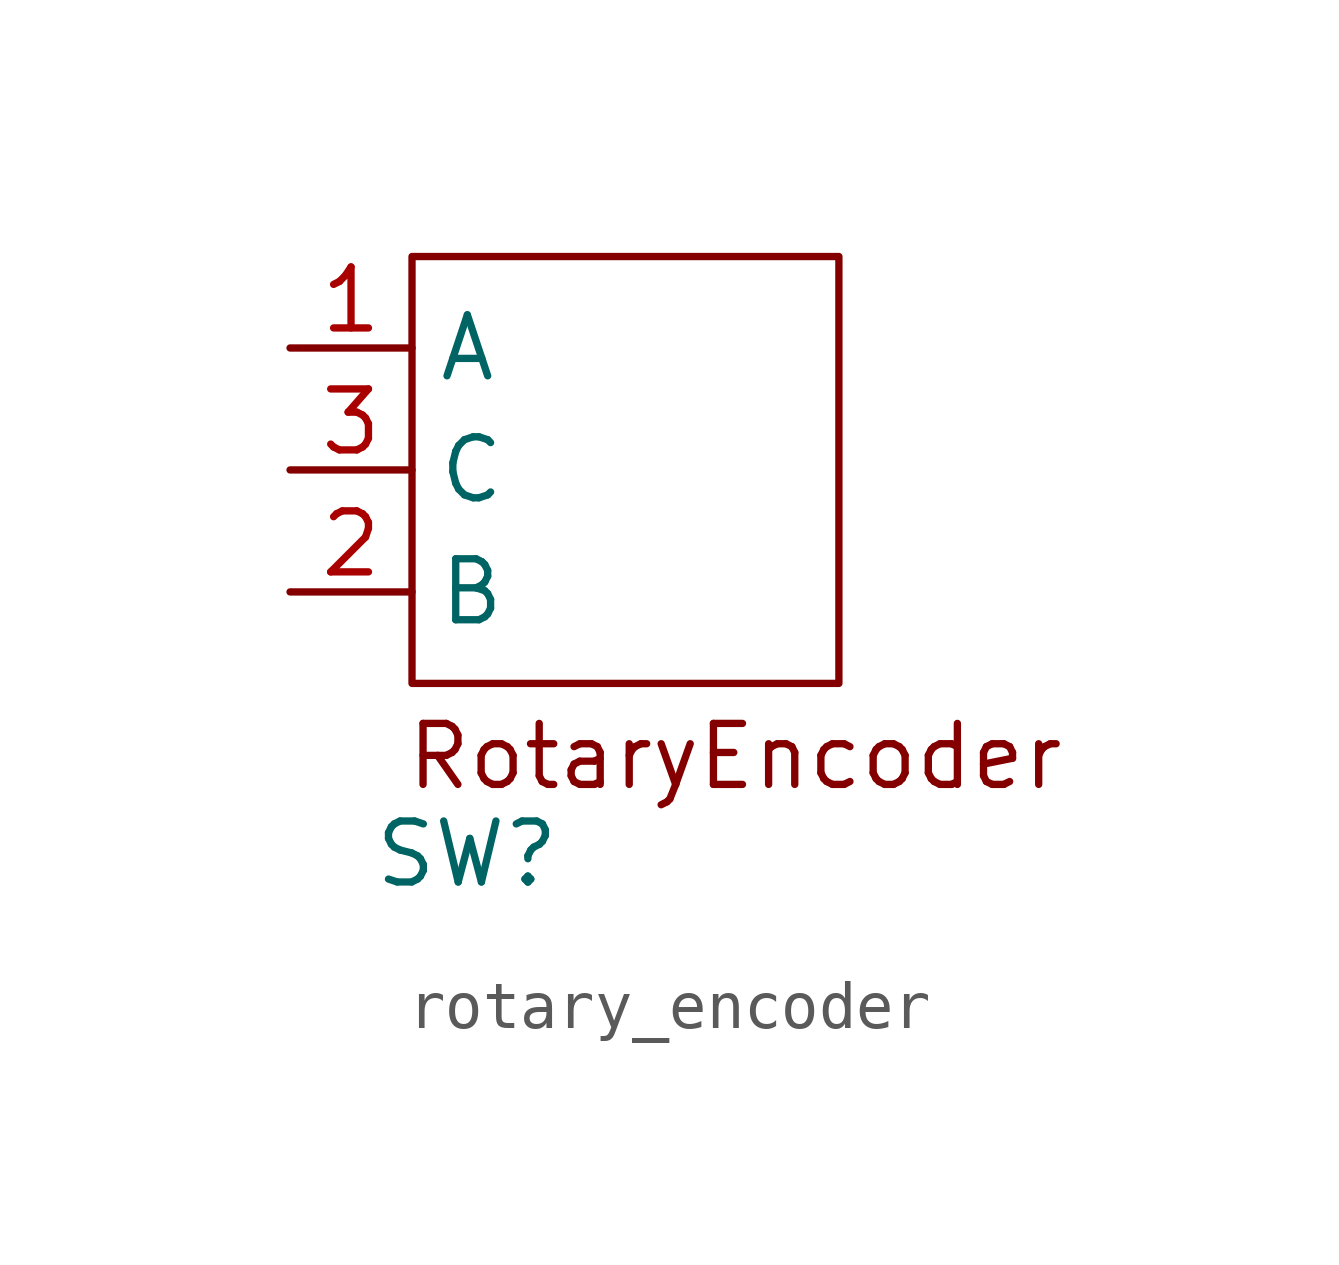
<source format=kicad_sym>
(kicad_symbol_lib
  (version 20231120)
  (generator "kicad_symbol_editor")
  (generator_version "8.0")
  (symbol "rotary_encoder"
    (property "Reference" "SW"
      (at -3.937 -8.001 0)
      (effects (font (size 1.27 1.27))))
    (property "Value" ""
      (at -1.27 0 90)
      (effects (font (size 1.27 1.27))))
    (symbol "rotary_encoder_0_1"
      (rectangle (start -5.08 4.445) (end 3.81 -4.445) (stroke (width 0) (type default)) (fill (type none))))
    (symbol "rotary_encoder_1_1"
      (text "RotaryEncoder\n" (at 1.651 -5.969 0) (effects (font (size 1.27 1.27))))
      (pin input line (at -7.62 2.54 0) (length 2.54) (name "A" (effects (font (size 1.27 1.27)))) (number "1" (effects (font (size 1.27 1.27)))))
      (pin input line (at -7.62 -2.54 0) (length 2.54) (name "B" (effects (font (size 1.27 1.27)))) (number "2" (effects (font (size 1.27 1.27)))))
      (pin input line (at -7.62 0 0) (length 2.54) (name "C" (effects (font (size 1.27 1.27)))) (number "3" (effects (font (size 1.27 1.27))))))))
</source>
